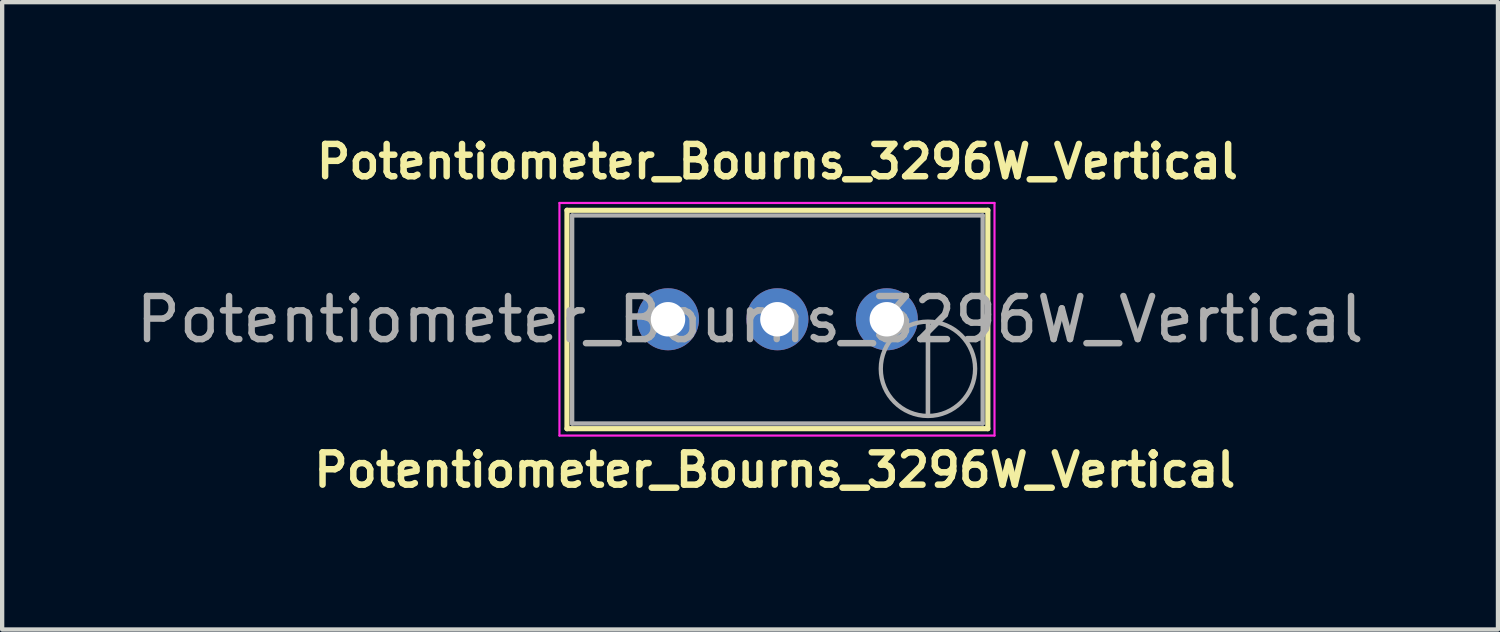
<source format=kicad_pcb>
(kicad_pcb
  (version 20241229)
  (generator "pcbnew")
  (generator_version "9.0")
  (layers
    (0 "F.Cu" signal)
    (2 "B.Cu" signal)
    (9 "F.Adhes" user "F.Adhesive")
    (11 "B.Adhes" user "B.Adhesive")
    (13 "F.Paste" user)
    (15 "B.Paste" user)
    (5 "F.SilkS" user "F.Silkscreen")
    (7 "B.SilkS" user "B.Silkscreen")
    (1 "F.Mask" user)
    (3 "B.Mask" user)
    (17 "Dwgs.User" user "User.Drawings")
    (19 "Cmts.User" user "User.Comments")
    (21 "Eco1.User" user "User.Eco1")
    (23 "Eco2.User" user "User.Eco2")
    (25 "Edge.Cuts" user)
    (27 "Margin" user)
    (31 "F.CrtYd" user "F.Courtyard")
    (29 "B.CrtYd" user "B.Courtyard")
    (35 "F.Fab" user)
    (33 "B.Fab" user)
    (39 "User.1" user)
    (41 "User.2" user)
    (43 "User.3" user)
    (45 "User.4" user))
  (footprint "Potentiometer_Bourns_3296W_Vertical"
    (layer "F.Cu")
    (at 14.998 4.362)
    (property "Reference" "Potentiometer_Bourns_3296W_Vertical" (at 0 -3.66 0) (layer "F.SilkS") (effects (font (size 0.75 0.75) (thickness 0.15))))
    (property "Value" "Potentiometer_Bourns_3296W_Vertical" (at 0 3.67 0) (layer "F.Fab") (hide yes) (effects (font (size 1 1) (thickness 0.15))))
    (attr through_hole)
    (fp_line (start -4.885 -2.53) (end -4.885 2.54) (stroke (width 0.12) (type solid)) (layer "F.SilkS"))
    (fp_line (start -4.885 -2.53) (end 4.885 -2.53) (stroke (width 0.12) (type solid)) (layer "F.SilkS"))
    (fp_line (start -4.885 2.54) (end 4.885 2.54) (stroke (width 0.12) (type solid)) (layer "F.SilkS"))
    (fp_line (start 4.885 -2.53) (end 4.885 2.54) (stroke (width 0.12) (type solid)) (layer "F.SilkS"))
    (fp_line (start -5.06 -2.7) (end -5.06 2.7) (stroke (width 0.05) (type solid)) (layer "F.CrtYd"))
    (fp_line (start -5.06 2.7) (end 5.04 2.7) (stroke (width 0.05) (type solid)) (layer "F.CrtYd"))
    (fp_line (start 5.04 -2.7) (end -5.06 -2.7) (stroke (width 0.05) (type solid)) (layer "F.CrtYd"))
    (fp_line (start 5.04 2.7) (end 5.04 -2.7) (stroke (width 0.05) (type solid)) (layer "F.CrtYd"))
    (fp_line (start -4.765 -2.41) (end -4.765 2.42) (stroke (width 0.1) (type solid)) (layer "F.Fab"))
    (fp_line (start -4.765 2.42) (end 4.765 2.42) (stroke (width 0.1) (type solid)) (layer "F.Fab"))
    (fp_line (start 3.495 2.235) (end 3.496 0.066) (stroke (width 0.1) (type solid)) (layer "F.Fab"))
    (fp_line (start 3.495 2.235) (end 3.496 0.066) (stroke (width 0.1) (type solid)) (layer "F.Fab"))
    (fp_line (start 4.765 -2.41) (end -4.765 -2.41) (stroke (width 0.1) (type solid)) (layer "F.Fab"))
    (fp_line (start 4.765 2.42) (end 4.765 -2.41) (stroke (width 0.1) (type solid)) (layer "F.Fab"))
    (fp_circle (center 3.495 1.15) (end 4.59 1.15) (stroke (width 0.1) (type solid)) (fill no) (layer "F.Fab"))
    (fp_text user "${VALUE}" (at -0.06 3.5 0) (layer "F.SilkS") (effects (font (size 0.75 0.75) (thickness 0.15))))
    (fp_text user "${REFERENCE}" (at -0.635 0.005 0) (layer "F.Fab") (effects (font (size 1 1) (thickness 0.15))))
    (pad "1" thru_hole circle (at 2.54 0) (size 1.44 1.44) (drill 0.8) (layers "*.Cu" "*.Mask"))
    (pad "2" thru_hole circle (at 0 0) (size 1.44 1.44) (drill 0.8) (layers "*.Cu" "*.Mask"))
    (pad "3" thru_hole circle (at -2.54 0) (size 1.44 1.44) (drill 0.8) (layers "*.Cu" "*.Mask")))
  (gr_rect
    (start -3 -3)
    (end 31.726 11.564)
    (stroke (width 0.1) (type default))
    (fill no)
    (layer "Edge.Cuts")))
</source>
